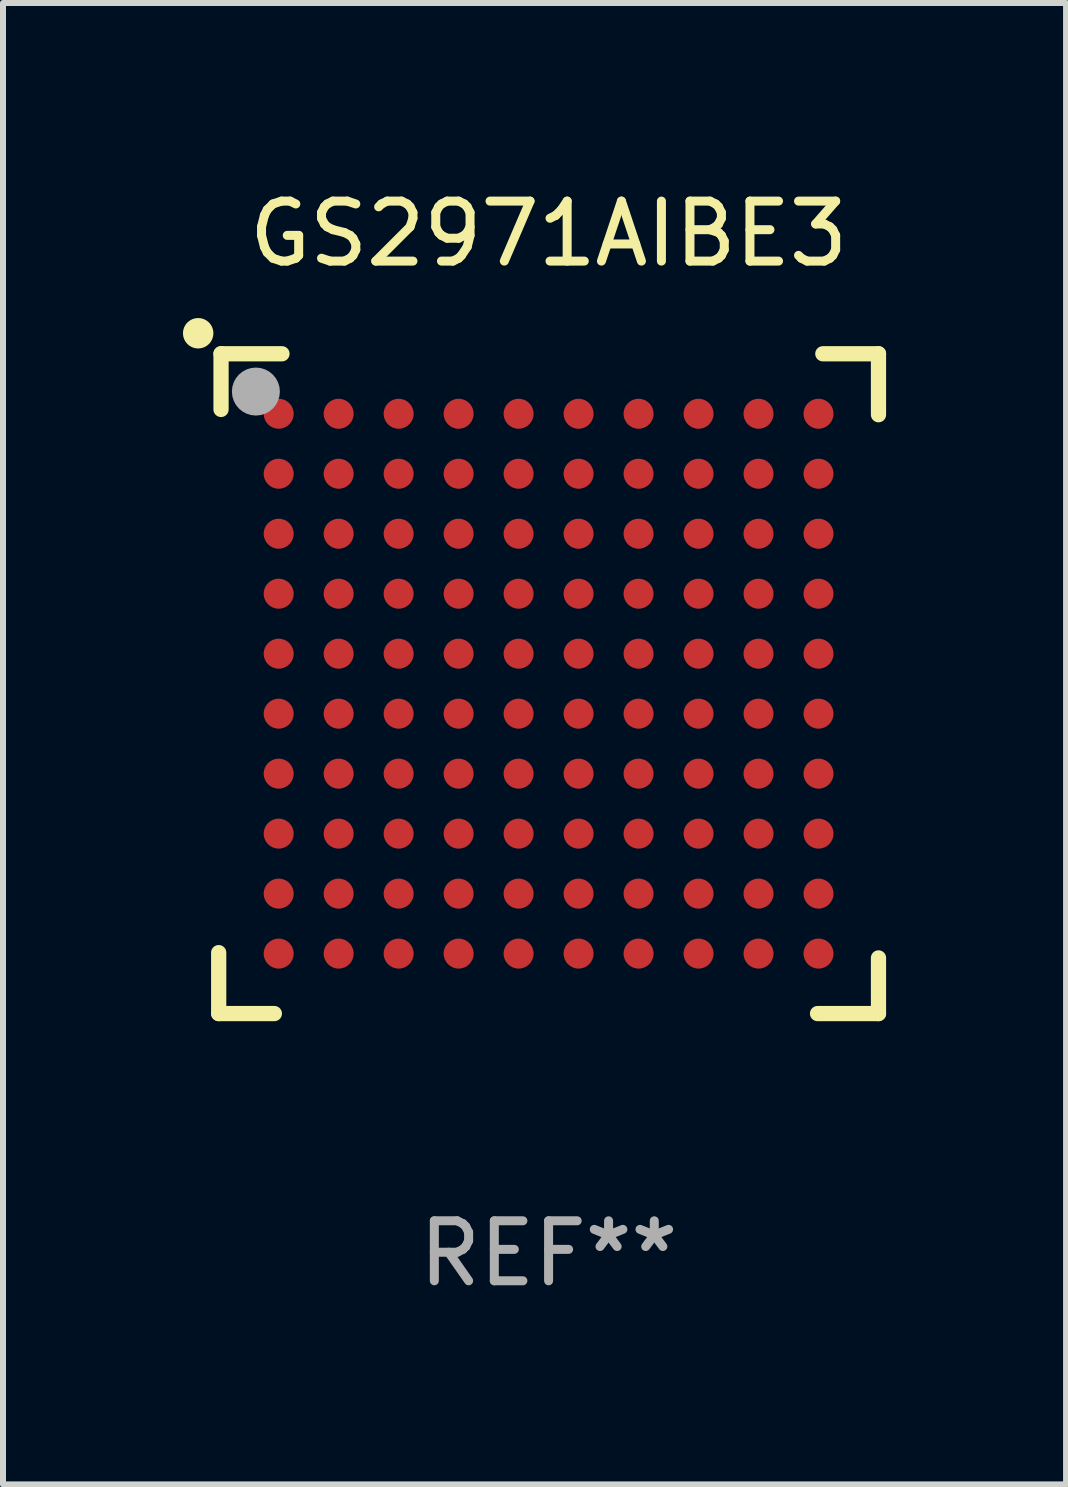
<source format=kicad_pcb>
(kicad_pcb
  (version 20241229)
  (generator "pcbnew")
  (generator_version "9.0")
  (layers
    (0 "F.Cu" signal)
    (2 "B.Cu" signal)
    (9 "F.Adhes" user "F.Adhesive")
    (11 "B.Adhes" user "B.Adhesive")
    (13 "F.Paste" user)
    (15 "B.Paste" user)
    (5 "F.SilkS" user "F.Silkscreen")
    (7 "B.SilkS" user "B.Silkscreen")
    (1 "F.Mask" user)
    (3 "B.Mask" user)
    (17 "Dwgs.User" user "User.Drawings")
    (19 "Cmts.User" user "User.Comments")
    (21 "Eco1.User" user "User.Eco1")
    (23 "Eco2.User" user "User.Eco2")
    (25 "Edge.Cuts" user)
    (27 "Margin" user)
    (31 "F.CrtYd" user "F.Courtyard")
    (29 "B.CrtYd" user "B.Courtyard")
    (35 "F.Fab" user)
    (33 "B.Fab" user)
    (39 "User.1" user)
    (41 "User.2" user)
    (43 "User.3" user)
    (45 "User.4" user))
  (footprint "GS2971AIBE3"
    (layer "F.Cu")
    (at 6.096 8.348)
    (property "Reference" "GS2971AIBE3" (at 0 -7.5 0) (layer "F.SilkS") (effects (font (size 1 1) (thickness 0.15))))
    (attr through_hole)
    (fp_line (start -5.5 5.5) (end -5.5 4.484) (stroke (width 0.254) (type solid)) (layer "F.SilkS"))
    (fp_line (start -5.461 -5.5) (end -4.445 -5.5) (stroke (width 0.254) (type solid)) (layer "F.SilkS"))
    (fp_line (start -5.461 -4.572) (end -5.461 -5.5) (stroke (width 0.254) (type solid)) (layer "F.SilkS"))
    (fp_line (start -4.572 5.5) (end -5.5 5.5) (stroke (width 0.254) (type solid)) (layer "F.SilkS"))
    (fp_line (start 4.572 -5.5) (end 5.5 -5.5) (stroke (width 0.254) (type solid)) (layer "F.SilkS"))
    (fp_line (start 5.5 -5.5) (end 5.5 -4.484) (stroke (width 0.254) (type solid)) (layer "F.SilkS"))
    (fp_line (start 5.5 4.572) (end 5.5 5.5) (stroke (width 0.254) (type solid)) (layer "F.SilkS"))
    (fp_line (start 5.5 5.5) (end 4.484 5.5) (stroke (width 0.254) (type solid)) (layer "F.SilkS"))
    (fp_circle (center -5.842 -5.842) (end -5.715 -5.842) (stroke (width 0.254) (type solid)) (fill no) (layer "F.SilkS"))
    (fp_circle (center -5.5 -5.5) (end -5.47 -5.5) (stroke (width 0.06) (type solid)) (fill no) (layer "F.SilkS"))
    (fp_circle (center -4.88 -4.87) (end -4.68 -4.87) (stroke (width 0.4) (type solid)) (fill no) (layer "F.Fab"))
    (fp_text user "REF**" (at 0 9.5 0) (layer "F.Fab") (effects (font (size 1 1) (thickness 0.15))))
    (pad "A1" smd circle (at -4.5 -4.5) (size 0.5 0.5) (layers "F.Cu" "F.Mask" "F.Paste"))
    (pad "A2" smd circle (at -3.5 -4.5) (size 0.5 0.5) (layers "F.Cu" "F.Mask" "F.Paste"))
    (pad "A3" smd circle (at -2.5 -4.5) (size 0.5 0.5) (layers "F.Cu" "F.Mask" "F.Paste"))
    (pad "A4" smd circle (at -1.5 -4.5) (size 0.5 0.5) (layers "F.Cu" "F.Mask" "F.Paste"))
    (pad "A5" smd circle (at -0.5 -4.5) (size 0.5 0.5) (layers "F.Cu" "F.Mask" "F.Paste"))
    (pad "A6" smd circle (at 0.5 -4.5) (size 0.5 0.5) (layers "F.Cu" "F.Mask" "F.Paste"))
    (pad "A7" smd circle (at 1.5 -4.5) (size 0.5 0.5) (layers "F.Cu" "F.Mask" "F.Paste"))
    (pad "A8" smd circle (at 2.5 -4.5) (size 0.5 0.5) (layers "F.Cu" "F.Mask" "F.Paste"))
    (pad "A9" smd circle (at 3.5 -4.5) (size 0.5 0.5) (layers "F.Cu" "F.Mask" "F.Paste"))
    (pad "A10" smd circle (at 4.5 -4.5) (size 0.5 0.5) (layers "F.Cu" "F.Mask" "F.Paste"))
    (pad "B1" smd circle (at -4.5 -3.5) (size 0.5 0.5) (layers "F.Cu" "F.Mask" "F.Paste"))
    (pad "B2" smd circle (at -3.5 -3.5) (size 0.5 0.5) (layers "F.Cu" "F.Mask" "F.Paste"))
    (pad "B3" smd circle (at -2.5 -3.5) (size 0.5 0.5) (layers "F.Cu" "F.Mask" "F.Paste"))
    (pad "B4" smd circle (at -1.5 -3.5) (size 0.5 0.5) (layers "F.Cu" "F.Mask" "F.Paste"))
    (pad "B5" smd circle (at -0.5 -3.5) (size 0.5 0.5) (layers "F.Cu" "F.Mask" "F.Paste"))
    (pad "B6" smd circle (at 0.5 -3.5) (size 0.5 0.5) (layers "F.Cu" "F.Mask" "F.Paste"))
    (pad "B7" smd circle (at 1.5 -3.5) (size 0.5 0.5) (layers "F.Cu" "F.Mask" "F.Paste"))
    (pad "B8" smd circle (at 2.5 -3.5) (size 0.5 0.5) (layers "F.Cu" "F.Mask" "F.Paste"))
    (pad "B9" smd circle (at 3.5 -3.5) (size 0.5 0.5) (layers "F.Cu" "F.Mask" "F.Paste"))
    (pad "B10" smd circle (at 4.5 -3.5) (size 0.5 0.5) (layers "F.Cu" "F.Mask" "F.Paste"))
    (pad "C1" smd circle (at -4.5 -2.5) (size 0.5 0.5) (layers "F.Cu" "F.Mask" "F.Paste"))
    (pad "C2" smd circle (at -3.5 -2.5) (size 0.5 0.5) (layers "F.Cu" "F.Mask" "F.Paste"))
    (pad "C3" smd circle (at -2.5 -2.5) (size 0.5 0.5) (layers "F.Cu" "F.Mask" "F.Paste"))
    (pad "C4" smd circle (at -1.5 -2.5) (size 0.5 0.5) (layers "F.Cu" "F.Mask" "F.Paste"))
    (pad "C5" smd circle (at -0.5 -2.5) (size 0.5 0.5) (layers "F.Cu" "F.Mask" "F.Paste"))
    (pad "C6" smd circle (at 0.5 -2.5) (size 0.5 0.5) (layers "F.Cu" "F.Mask" "F.Paste"))
    (pad "C7" smd circle (at 1.5 -2.5) (size 0.5 0.5) (layers "F.Cu" "F.Mask" "F.Paste"))
    (pad "C8" smd circle (at 2.5 -2.5) (size 0.5 0.5) (layers "F.Cu" "F.Mask" "F.Paste"))
    (pad "C9" smd circle (at 3.5 -2.5) (size 0.5 0.5) (layers "F.Cu" "F.Mask" "F.Paste"))
    (pad "C10" smd circle (at 4.5 -2.5) (size 0.5 0.5) (layers "F.Cu" "F.Mask" "F.Paste"))
    (pad "D1" smd circle (at -4.5 -1.5) (size 0.5 0.5) (layers "F.Cu" "F.Mask" "F.Paste"))
    (pad "D2" smd circle (at -3.5 -1.5) (size 0.5 0.5) (layers "F.Cu" "F.Mask" "F.Paste"))
    (pad "D3" smd circle (at -2.5 -1.5) (size 0.5 0.5) (layers "F.Cu" "F.Mask" "F.Paste"))
    (pad "D4" smd circle (at -1.5 -1.5) (size 0.5 0.5) (layers "F.Cu" "F.Mask" "F.Paste"))
    (pad "D5" smd circle (at -0.5 -1.5) (size 0.5 0.5) (layers "F.Cu" "F.Mask" "F.Paste"))
    (pad "D6" smd circle (at 0.5 -1.5) (size 0.5 0.5) (layers "F.Cu" "F.Mask" "F.Paste"))
    (pad "D7" smd circle (at 1.5 -1.5) (size 0.5 0.5) (layers "F.Cu" "F.Mask" "F.Paste"))
    (pad "D8" smd circle (at 2.5 -1.5) (size 0.5 0.5) (layers "F.Cu" "F.Mask" "F.Paste"))
    (pad "D9" smd circle (at 3.5 -1.5) (size 0.5 0.5) (layers "F.Cu" "F.Mask" "F.Paste"))
    (pad "D10" smd circle (at 4.5 -1.5) (size 0.5 0.5) (layers "F.Cu" "F.Mask" "F.Paste"))
    (pad "E1" smd circle (at -4.5 -0.5) (size 0.5 0.5) (layers "F.Cu" "F.Mask" "F.Paste"))
    (pad "E2" smd circle (at -3.5 -0.5) (size 0.5 0.5) (layers "F.Cu" "F.Mask" "F.Paste"))
    (pad "E3" smd circle (at -2.5 -0.5) (size 0.5 0.5) (layers "F.Cu" "F.Mask" "F.Paste"))
    (pad "E4" smd circle (at -1.5 -0.5) (size 0.5 0.5) (layers "F.Cu" "F.Mask" "F.Paste"))
    (pad "E5" smd circle (at -0.5 -0.5) (size 0.5 0.5) (layers "F.Cu" "F.Mask" "F.Paste"))
    (pad "E6" smd circle (at 0.5 -0.5) (size 0.5 0.5) (layers "F.Cu" "F.Mask" "F.Paste"))
    (pad "E7" smd circle (at 1.5 -0.5) (size 0.5 0.5) (layers "F.Cu" "F.Mask" "F.Paste"))
    (pad "E8" smd circle (at 2.5 -0.5) (size 0.5 0.5) (layers "F.Cu" "F.Mask" "F.Paste"))
    (pad "E9" smd circle (at 3.5 -0.5) (size 0.5 0.5) (layers "F.Cu" "F.Mask" "F.Paste"))
    (pad "E10" smd circle (at 4.5 -0.5) (size 0.5 0.5) (layers "F.Cu" "F.Mask" "F.Paste"))
    (pad "F1" smd circle (at -4.5 0.5) (size 0.5 0.5) (layers "F.Cu" "F.Mask" "F.Paste"))
    (pad "F2" smd circle (at -3.5 0.5) (size 0.5 0.5) (layers "F.Cu" "F.Mask" "F.Paste"))
    (pad "F3" smd circle (at -2.5 0.5) (size 0.5 0.5) (layers "F.Cu" "F.Mask" "F.Paste"))
    (pad "F4" smd circle (at -1.5 0.5) (size 0.5 0.5) (layers "F.Cu" "F.Mask" "F.Paste"))
    (pad "F5" smd circle (at -0.5 0.5) (size 0.5 0.5) (layers "F.Cu" "F.Mask" "F.Paste"))
    (pad "F6" smd circle (at 0.5 0.5) (size 0.5 0.5) (layers "F.Cu" "F.Mask" "F.Paste"))
    (pad "F7" smd circle (at 1.5 0.5) (size 0.5 0.5) (layers "F.Cu" "F.Mask" "F.Paste"))
    (pad "F8" smd circle (at 2.5 0.5) (size 0.5 0.5) (layers "F.Cu" "F.Mask" "F.Paste"))
    (pad "F9" smd circle (at 3.5 0.5) (size 0.5 0.5) (layers "F.Cu" "F.Mask" "F.Paste"))
    (pad "F10" smd circle (at 4.5 0.5) (size 0.5 0.5) (layers "F.Cu" "F.Mask" "F.Paste"))
    (pad "G1" smd circle (at -4.5 1.5) (size 0.5 0.5) (layers "F.Cu" "F.Mask" "F.Paste"))
    (pad "G2" smd circle (at -3.5 1.5) (size 0.5 0.5) (layers "F.Cu" "F.Mask" "F.Paste"))
    (pad "G3" smd circle (at -2.5 1.5) (size 0.5 0.5) (layers "F.Cu" "F.Mask" "F.Paste"))
    (pad "G4" smd circle (at -1.5 1.5) (size 0.5 0.5) (layers "F.Cu" "F.Mask" "F.Paste"))
    (pad "G5" smd circle (at -0.5 1.5) (size 0.5 0.5) (layers "F.Cu" "F.Mask" "F.Paste"))
    (pad "G6" smd circle (at 0.5 1.5) (size 0.5 0.5) (layers "F.Cu" "F.Mask" "F.Paste"))
    (pad "G7" smd circle (at 1.5 1.5) (size 0.5 0.5) (layers "F.Cu" "F.Mask" "F.Paste"))
    (pad "G8" smd circle (at 2.5 1.5) (size 0.5 0.5) (layers "F.Cu" "F.Mask" "F.Paste"))
    (pad "G9" smd circle (at 3.5 1.5) (size 0.5 0.5) (layers "F.Cu" "F.Mask" "F.Paste"))
    (pad "G10" smd circle (at 4.5 1.5) (size 0.5 0.5) (layers "F.Cu" "F.Mask" "F.Paste"))
    (pad "H1" smd circle (at -4.5 2.5) (size 0.5 0.5) (layers "F.Cu" "F.Mask" "F.Paste"))
    (pad "H2" smd circle (at -3.5 2.5) (size 0.5 0.5) (layers "F.Cu" "F.Mask" "F.Paste"))
    (pad "H3" smd circle (at -2.5 2.5) (size 0.5 0.5) (layers "F.Cu" "F.Mask" "F.Paste"))
    (pad "H4" smd circle (at -1.5 2.5) (size 0.5 0.5) (layers "F.Cu" "F.Mask" "F.Paste"))
    (pad "H5" smd circle (at -0.5 2.5) (size 0.5 0.5) (layers "F.Cu" "F.Mask" "F.Paste"))
    (pad "H6" smd circle (at 0.5 2.5) (size 0.5 0.5) (layers "F.Cu" "F.Mask" "F.Paste"))
    (pad "H7" smd circle (at 1.5 2.5) (size 0.5 0.5) (layers "F.Cu" "F.Mask" "F.Paste"))
    (pad "H8" smd circle (at 2.5 2.5) (size 0.5 0.5) (layers "F.Cu" "F.Mask" "F.Paste"))
    (pad "H9" smd circle (at 3.5 2.5) (size 0.5 0.5) (layers "F.Cu" "F.Mask" "F.Paste"))
    (pad "H10" smd circle (at 4.5 2.5) (size 0.5 0.5) (layers "F.Cu" "F.Mask" "F.Paste"))
    (pad "J1" smd circle (at -4.5 3.5) (size 0.5 0.5) (layers "F.Cu" "F.Mask" "F.Paste"))
    (pad "J2" smd circle (at -3.5 3.5) (size 0.5 0.5) (layers "F.Cu" "F.Mask" "F.Paste"))
    (pad "J3" smd circle (at -2.5 3.5) (size 0.5 0.5) (layers "F.Cu" "F.Mask" "F.Paste"))
    (pad "J4" smd circle (at -1.5 3.5) (size 0.5 0.5) (layers "F.Cu" "F.Mask" "F.Paste"))
    (pad "J5" smd circle (at -0.5 3.5) (size 0.5 0.5) (layers "F.Cu" "F.Mask" "F.Paste"))
    (pad "J6" smd circle (at 0.5 3.5) (size 0.5 0.5) (layers "F.Cu" "F.Mask" "F.Paste"))
    (pad "J7" smd circle (at 1.5 3.5) (size 0.5 0.5) (layers "F.Cu" "F.Mask" "F.Paste"))
    (pad "J8" smd circle (at 2.5 3.5) (size 0.5 0.5) (layers "F.Cu" "F.Mask" "F.Paste"))
    (pad "J9" smd circle (at 3.5 3.5) (size 0.5 0.5) (layers "F.Cu" "F.Mask" "F.Paste"))
    (pad "J10" smd circle (at 4.5 3.5) (size 0.5 0.5) (layers "F.Cu" "F.Mask" "F.Paste"))
    (pad "K1" smd circle (at -4.5 4.5) (size 0.5 0.5) (layers "F.Cu" "F.Mask" "F.Paste"))
    (pad "K2" smd circle (at -3.5 4.5) (size 0.5 0.5) (layers "F.Cu" "F.Mask" "F.Paste"))
    (pad "K3" smd circle (at -2.5 4.5) (size 0.5 0.5) (layers "F.Cu" "F.Mask" "F.Paste"))
    (pad "K4" smd circle (at -1.5 4.5) (size 0.5 0.5) (layers "F.Cu" "F.Mask" "F.Paste"))
    (pad "K5" smd circle (at -0.5 4.5) (size 0.5 0.5) (layers "F.Cu" "F.Mask" "F.Paste"))
    (pad "K6" smd circle (at 0.5 4.5) (size 0.5 0.5) (layers "F.Cu" "F.Mask" "F.Paste"))
    (pad "K7" smd circle (at 1.5 4.5) (size 0.5 0.5) (layers "F.Cu" "F.Mask" "F.Paste"))
    (pad "K8" smd circle (at 2.5 4.5) (size 0.5 0.5) (layers "F.Cu" "F.Mask" "F.Paste"))
    (pad "K9" smd circle (at 3.5 4.5) (size 0.5 0.5) (layers "F.Cu" "F.Mask" "F.Paste"))
    (pad "K10" smd circle (at 4.5 4.5) (size 0.5 0.5) (layers "F.Cu" "F.Mask" "F.Paste")))
  (gr_rect
    (start -3 -3)
    (end 14.723 21.697)
    (stroke (width 0.1) (type default))
    (fill no)
    (layer "Edge.Cuts")))
</source>
